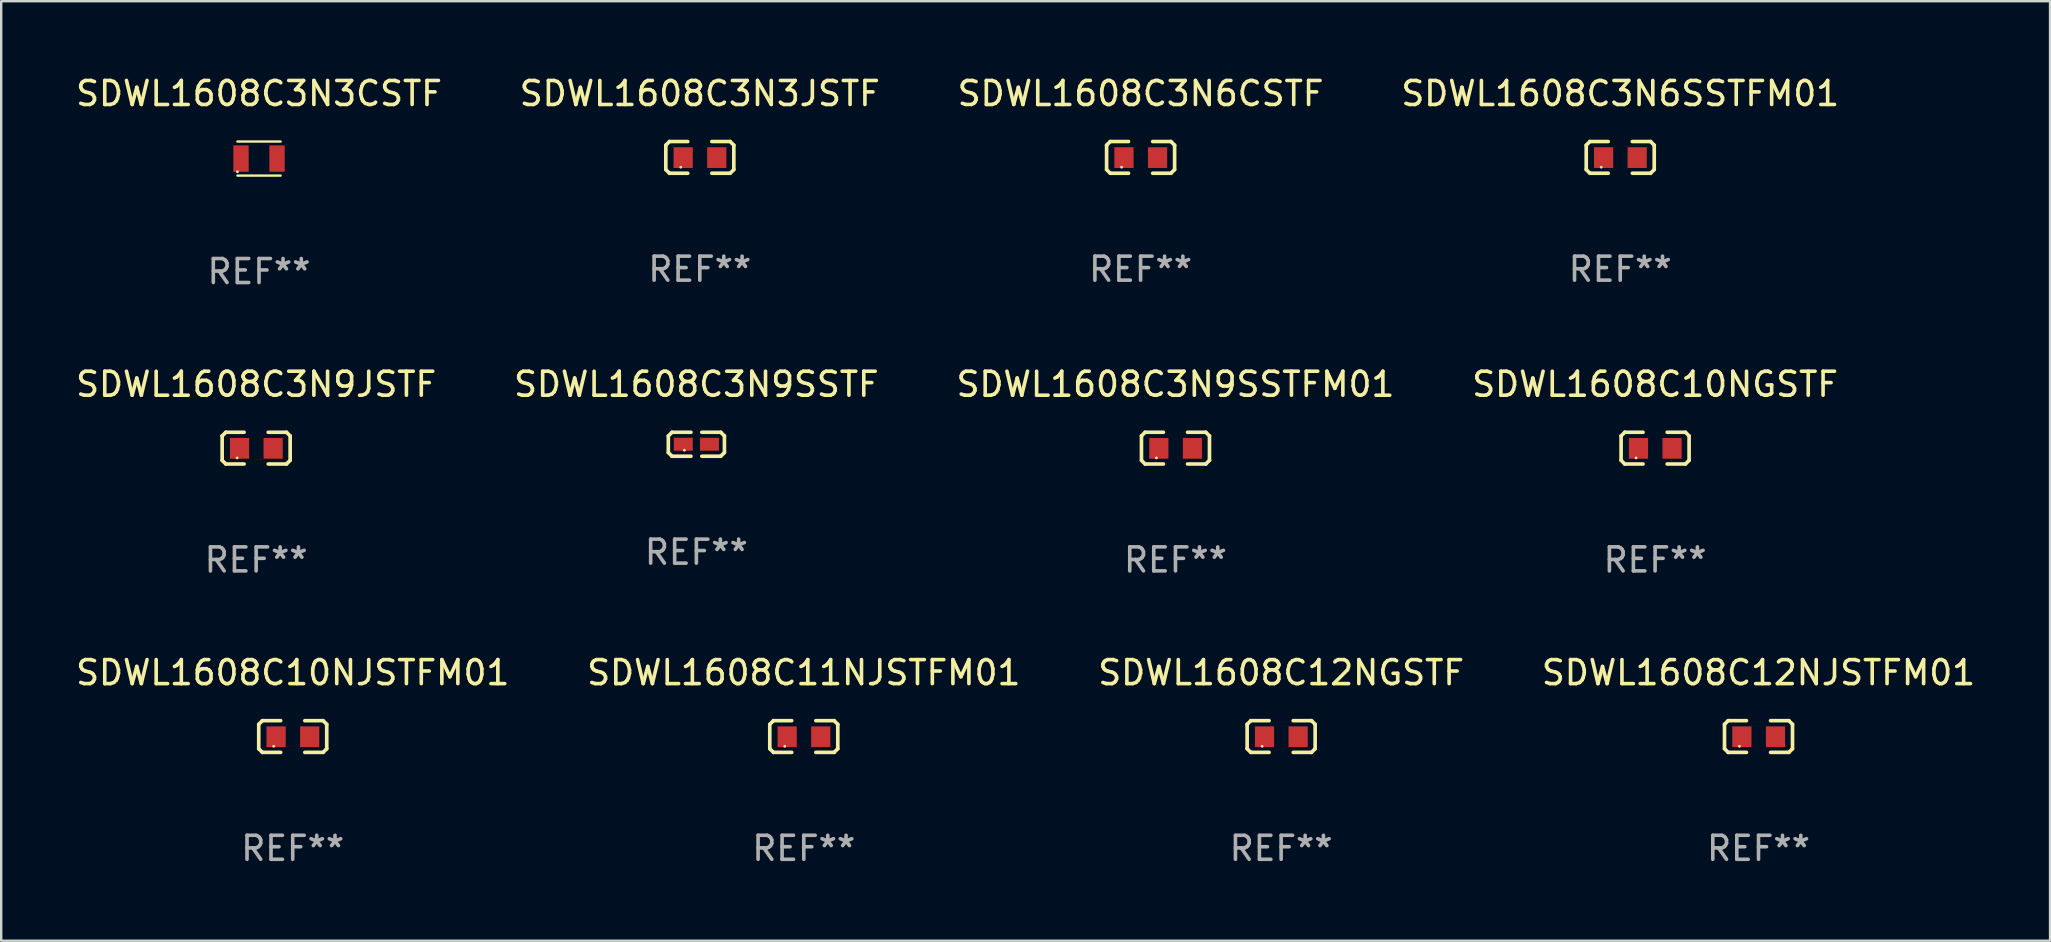
<source format=kicad_pcb>
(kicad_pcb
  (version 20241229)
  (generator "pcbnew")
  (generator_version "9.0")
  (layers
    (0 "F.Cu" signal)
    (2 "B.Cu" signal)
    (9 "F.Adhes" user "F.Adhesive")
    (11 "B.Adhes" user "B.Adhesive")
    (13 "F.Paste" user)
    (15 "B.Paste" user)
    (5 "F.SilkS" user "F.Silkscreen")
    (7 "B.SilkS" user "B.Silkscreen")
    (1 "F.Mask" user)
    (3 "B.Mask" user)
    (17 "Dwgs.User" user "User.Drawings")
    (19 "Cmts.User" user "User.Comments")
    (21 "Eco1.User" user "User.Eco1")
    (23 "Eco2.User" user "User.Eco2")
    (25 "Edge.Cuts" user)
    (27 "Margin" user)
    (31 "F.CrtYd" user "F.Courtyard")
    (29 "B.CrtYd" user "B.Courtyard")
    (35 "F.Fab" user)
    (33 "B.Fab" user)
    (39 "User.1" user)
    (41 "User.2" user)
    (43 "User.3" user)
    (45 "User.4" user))
  (footprint "SDWL1608C11NJSTFM01"
    (layer "F.Cu")
    (at 30.446 27.643)
    (property "Reference" "SDWL1608C11NJSTFM01" (at 0 -2.661 0) (layer "F.SilkS") (effects (font (size 1 1) (thickness 0.15))))
    (attr through_hole)
    (fp_line (start -1.417 -0.508) (end -1.265 -0.661) (stroke (width 0.152) (type solid)) (layer "F.SilkS"))
    (fp_line (start -1.417 0.508) (end -1.417 -0.508) (stroke (width 0.152) (type solid)) (layer "F.SilkS"))
    (fp_line (start -1.265 -0.661) (end -0.503 -0.661) (stroke (width 0.152) (type solid)) (layer "F.SilkS"))
    (fp_line (start -1.265 0.661) (end -1.417 0.508) (stroke (width 0.152) (type solid)) (layer "F.SilkS"))
    (fp_line (start -1.265 0.661) (end -0.503 0.661) (stroke (width 0.152) (type solid)) (layer "F.SilkS"))
    (fp_line (start 1.265 -0.661) (end 0.503 -0.661) (stroke (width 0.152) (type solid)) (layer "F.SilkS"))
    (fp_line (start 1.265 -0.661) (end 1.417 -0.508) (stroke (width 0.152) (type solid)) (layer "F.SilkS"))
    (fp_line (start 1.265 0.661) (end 0.503 0.661) (stroke (width 0.152) (type solid)) (layer "F.SilkS"))
    (fp_line (start 1.417 -0.508) (end 1.417 0.508) (stroke (width 0.152) (type solid)) (layer "F.SilkS"))
    (fp_line (start 1.417 0.508) (end 1.265 0.661) (stroke (width 0.152) (type solid)) (layer "F.SilkS"))
    (fp_circle (center -0.793 0.409) (end -0.763 0.409) (stroke (width 0.06) (type solid)) (fill no) (layer "F.SilkS"))
    (fp_text user "REF**" (at 0 4.661 0) (layer "F.Fab") (effects (font (size 1 1) (thickness 0.15))))
    (pad "1" smd rect (at -0.693 0.009 180) (size 0.8 0.864) (layers "F.Cu" "F.Mask" "F.Paste"))
    (pad "2" smd rect (at 0.707 0.009 180) (size 0.8 0.864) (layers "F.Cu" "F.Mask" "F.Paste")))
  (footprint "SDWL1608C10NJSTFM01"
    (layer "F.Cu")
    (at 9.149 27.643)
    (property "Reference" "SDWL1608C10NJSTFM01" (at 0 -2.661 0) (layer "F.SilkS") (effects (font (size 1 1) (thickness 0.15))))
    (attr through_hole)
    (fp_line (start -1.417 -0.508) (end -1.265 -0.661) (stroke (width 0.152) (type solid)) (layer "F.SilkS"))
    (fp_line (start -1.417 0.508) (end -1.417 -0.508) (stroke (width 0.152) (type solid)) (layer "F.SilkS"))
    (fp_line (start -1.265 -0.661) (end -0.503 -0.661) (stroke (width 0.152) (type solid)) (layer "F.SilkS"))
    (fp_line (start -1.265 0.661) (end -1.417 0.508) (stroke (width 0.152) (type solid)) (layer "F.SilkS"))
    (fp_line (start -1.265 0.661) (end -0.503 0.661) (stroke (width 0.152) (type solid)) (layer "F.SilkS"))
    (fp_line (start 1.265 -0.661) (end 0.503 -0.661) (stroke (width 0.152) (type solid)) (layer "F.SilkS"))
    (fp_line (start 1.265 -0.661) (end 1.417 -0.508) (stroke (width 0.152) (type solid)) (layer "F.SilkS"))
    (fp_line (start 1.265 0.661) (end 0.503 0.661) (stroke (width 0.152) (type solid)) (layer "F.SilkS"))
    (fp_line (start 1.417 -0.508) (end 1.417 0.508) (stroke (width 0.152) (type solid)) (layer "F.SilkS"))
    (fp_line (start 1.417 0.508) (end 1.265 0.661) (stroke (width 0.152) (type solid)) (layer "F.SilkS"))
    (fp_circle (center -0.793 0.409) (end -0.763 0.409) (stroke (width 0.06) (type solid)) (fill no) (layer "F.SilkS"))
    (fp_text user "REF**" (at 0 4.661 0) (layer "F.Fab") (effects (font (size 1 1) (thickness 0.15))))
    (pad "1" smd rect (at -0.693 0.009 180) (size 0.8 0.864) (layers "F.Cu" "F.Mask" "F.Paste"))
    (pad "2" smd rect (at 0.707 0.009 180) (size 0.8 0.864) (layers "F.Cu" "F.Mask" "F.Paste")))
  (footprint "SDWL1608C3N6SSTFM01"
    (layer "F.Cu")
    (at 64.47 3.509)
    (property "Reference" "SDWL1608C3N6SSTFM01" (at 0 -2.661 0) (layer "F.SilkS") (effects (font (size 1 1) (thickness 0.15))))
    (attr through_hole)
    (fp_line (start -1.417 -0.508) (end -1.265 -0.661) (stroke (width 0.152) (type solid)) (layer "F.SilkS"))
    (fp_line (start -1.417 0.508) (end -1.417 -0.508) (stroke (width 0.152) (type solid)) (layer "F.SilkS"))
    (fp_line (start -1.265 -0.661) (end -0.503 -0.661) (stroke (width 0.152) (type solid)) (layer "F.SilkS"))
    (fp_line (start -1.265 0.661) (end -1.417 0.508) (stroke (width 0.152) (type solid)) (layer "F.SilkS"))
    (fp_line (start -1.265 0.661) (end -0.503 0.661) (stroke (width 0.152) (type solid)) (layer "F.SilkS"))
    (fp_line (start 1.265 -0.661) (end 0.503 -0.661) (stroke (width 0.152) (type solid)) (layer "F.SilkS"))
    (fp_line (start 1.265 -0.661) (end 1.417 -0.508) (stroke (width 0.152) (type solid)) (layer "F.SilkS"))
    (fp_line (start 1.265 0.661) (end 0.503 0.661) (stroke (width 0.152) (type solid)) (layer "F.SilkS"))
    (fp_line (start 1.417 -0.508) (end 1.417 0.508) (stroke (width 0.152) (type solid)) (layer "F.SilkS"))
    (fp_line (start 1.417 0.508) (end 1.265 0.661) (stroke (width 0.152) (type solid)) (layer "F.SilkS"))
    (fp_circle (center -0.793 0.409) (end -0.763 0.409) (stroke (width 0.06) (type solid)) (fill no) (layer "F.SilkS"))
    (fp_text user "REF**" (at 0 4.661 0) (layer "F.Fab") (effects (font (size 1 1) (thickness 0.15))))
    (pad "1" smd rect (at -0.693 0.009 180) (size 0.8 0.864) (layers "F.Cu" "F.Mask" "F.Paste"))
    (pad "2" smd rect (at 0.707 0.009 180) (size 0.8 0.864) (layers "F.Cu" "F.Mask" "F.Paste")))
  (footprint "SDWL1608C3N6CSTF"
    (layer "F.Cu")
    (at 44.482 3.509)
    (property "Reference" "SDWL1608C3N6CSTF" (at 0 -2.661 0) (layer "F.SilkS") (effects (font (size 1 1) (thickness 0.15))))
    (attr through_hole)
    (fp_line (start -1.417 -0.508) (end -1.265 -0.661) (stroke (width 0.152) (type solid)) (layer "F.SilkS"))
    (fp_line (start -1.417 0.508) (end -1.417 -0.508) (stroke (width 0.152) (type solid)) (layer "F.SilkS"))
    (fp_line (start -1.265 -0.661) (end -0.503 -0.661) (stroke (width 0.152) (type solid)) (layer "F.SilkS"))
    (fp_line (start -1.265 0.661) (end -1.417 0.508) (stroke (width 0.152) (type solid)) (layer "F.SilkS"))
    (fp_line (start -1.265 0.661) (end -0.503 0.661) (stroke (width 0.152) (type solid)) (layer "F.SilkS"))
    (fp_line (start 1.265 -0.661) (end 0.503 -0.661) (stroke (width 0.152) (type solid)) (layer "F.SilkS"))
    (fp_line (start 1.265 -0.661) (end 1.417 -0.508) (stroke (width 0.152) (type solid)) (layer "F.SilkS"))
    (fp_line (start 1.265 0.661) (end 0.503 0.661) (stroke (width 0.152) (type solid)) (layer "F.SilkS"))
    (fp_line (start 1.417 -0.508) (end 1.417 0.508) (stroke (width 0.152) (type solid)) (layer "F.SilkS"))
    (fp_line (start 1.417 0.508) (end 1.265 0.661) (stroke (width 0.152) (type solid)) (layer "F.SilkS"))
    (fp_circle (center -0.793 0.409) (end -0.763 0.409) (stroke (width 0.06) (type solid)) (fill no) (layer "F.SilkS"))
    (fp_text user "REF**" (at 0 4.661 0) (layer "F.Fab") (effects (font (size 1 1) (thickness 0.15))))
    (pad "1" smd rect (at -0.693 0.009 180) (size 0.8 0.864) (layers "F.Cu" "F.Mask" "F.Paste"))
    (pad "2" smd rect (at 0.707 0.009 180) (size 0.8 0.864) (layers "F.Cu" "F.Mask" "F.Paste")))
  (footprint "SDWL1608C3N9SSTFM01"
    (layer "F.Cu")
    (at 45.935 15.625)
    (property "Reference" "SDWL1608C3N9SSTFM01" (at 0 -2.661 0) (layer "F.SilkS") (effects (font (size 1 1) (thickness 0.15))))
    (attr through_hole)
    (fp_line (start -1.417 -0.508) (end -1.265 -0.661) (stroke (width 0.152) (type solid)) (layer "F.SilkS"))
    (fp_line (start -1.417 0.508) (end -1.417 -0.508) (stroke (width 0.152) (type solid)) (layer "F.SilkS"))
    (fp_line (start -1.265 -0.661) (end -0.503 -0.661) (stroke (width 0.152) (type solid)) (layer "F.SilkS"))
    (fp_line (start -1.265 0.661) (end -1.417 0.508) (stroke (width 0.152) (type solid)) (layer "F.SilkS"))
    (fp_line (start -1.265 0.661) (end -0.503 0.661) (stroke (width 0.152) (type solid)) (layer "F.SilkS"))
    (fp_line (start 1.265 -0.661) (end 0.503 -0.661) (stroke (width 0.152) (type solid)) (layer "F.SilkS"))
    (fp_line (start 1.265 -0.661) (end 1.417 -0.508) (stroke (width 0.152) (type solid)) (layer "F.SilkS"))
    (fp_line (start 1.265 0.661) (end 0.503 0.661) (stroke (width 0.152) (type solid)) (layer "F.SilkS"))
    (fp_line (start 1.417 -0.508) (end 1.417 0.508) (stroke (width 0.152) (type solid)) (layer "F.SilkS"))
    (fp_line (start 1.417 0.508) (end 1.265 0.661) (stroke (width 0.152) (type solid)) (layer "F.SilkS"))
    (fp_circle (center -0.793 0.409) (end -0.763 0.409) (stroke (width 0.06) (type solid)) (fill no) (layer "F.SilkS"))
    (fp_text user "REF**" (at 0 4.661 0) (layer "F.Fab") (effects (font (size 1 1) (thickness 0.15))))
    (pad "1" smd rect (at -0.693 0.009 180) (size 0.8 0.864) (layers "F.Cu" "F.Mask" "F.Paste"))
    (pad "2" smd rect (at 0.707 0.009 180) (size 0.8 0.864) (layers "F.Cu" "F.Mask" "F.Paste")))
  (footprint "SDWL1608C12NGSTF"
    (layer "F.Cu")
    (at 50.339 27.643)
    (property "Reference" "SDWL1608C12NGSTF" (at 0 -2.661 0) (layer "F.SilkS") (effects (font (size 1 1) (thickness 0.15))))
    (attr through_hole)
    (fp_line (start -1.417 -0.508) (end -1.265 -0.661) (stroke (width 0.152) (type solid)) (layer "F.SilkS"))
    (fp_line (start -1.417 0.508) (end -1.417 -0.508) (stroke (width 0.152) (type solid)) (layer "F.SilkS"))
    (fp_line (start -1.265 -0.661) (end -0.503 -0.661) (stroke (width 0.152) (type solid)) (layer "F.SilkS"))
    (fp_line (start -1.265 0.661) (end -1.417 0.508) (stroke (width 0.152) (type solid)) (layer "F.SilkS"))
    (fp_line (start -1.265 0.661) (end -0.503 0.661) (stroke (width 0.152) (type solid)) (layer "F.SilkS"))
    (fp_line (start 1.265 -0.661) (end 0.503 -0.661) (stroke (width 0.152) (type solid)) (layer "F.SilkS"))
    (fp_line (start 1.265 -0.661) (end 1.417 -0.508) (stroke (width 0.152) (type solid)) (layer "F.SilkS"))
    (fp_line (start 1.265 0.661) (end 0.503 0.661) (stroke (width 0.152) (type solid)) (layer "F.SilkS"))
    (fp_line (start 1.417 -0.508) (end 1.417 0.508) (stroke (width 0.152) (type solid)) (layer "F.SilkS"))
    (fp_line (start 1.417 0.508) (end 1.265 0.661) (stroke (width 0.152) (type solid)) (layer "F.SilkS"))
    (fp_circle (center -0.793 0.409) (end -0.763 0.409) (stroke (width 0.06) (type solid)) (fill no) (layer "F.SilkS"))
    (fp_text user "REF**" (at 0 4.661 0) (layer "F.Fab") (effects (font (size 1 1) (thickness 0.15))))
    (pad "1" smd rect (at -0.693 0.009 180) (size 0.8 0.864) (layers "F.Cu" "F.Mask" "F.Paste"))
    (pad "2" smd rect (at 0.707 0.009 180) (size 0.8 0.864) (layers "F.Cu" "F.Mask" "F.Paste")))
  (footprint "SDWL1608C12NJSTFM01"
    (layer "F.Cu")
    (at 70.232 27.643)
    (property "Reference" "SDWL1608C12NJSTFM01" (at 0 -2.661 0) (layer "F.SilkS") (effects (font (size 1 1) (thickness 0.15))))
    (attr through_hole)
    (fp_line (start -1.417 -0.508) (end -1.265 -0.661) (stroke (width 0.152) (type solid)) (layer "F.SilkS"))
    (fp_line (start -1.417 0.508) (end -1.417 -0.508) (stroke (width 0.152) (type solid)) (layer "F.SilkS"))
    (fp_line (start -1.265 -0.661) (end -0.503 -0.661) (stroke (width 0.152) (type solid)) (layer "F.SilkS"))
    (fp_line (start -1.265 0.661) (end -1.417 0.508) (stroke (width 0.152) (type solid)) (layer "F.SilkS"))
    (fp_line (start -1.265 0.661) (end -0.503 0.661) (stroke (width 0.152) (type solid)) (layer "F.SilkS"))
    (fp_line (start 1.265 -0.661) (end 0.503 -0.661) (stroke (width 0.152) (type solid)) (layer "F.SilkS"))
    (fp_line (start 1.265 -0.661) (end 1.417 -0.508) (stroke (width 0.152) (type solid)) (layer "F.SilkS"))
    (fp_line (start 1.265 0.661) (end 0.503 0.661) (stroke (width 0.152) (type solid)) (layer "F.SilkS"))
    (fp_line (start 1.417 -0.508) (end 1.417 0.508) (stroke (width 0.152) (type solid)) (layer "F.SilkS"))
    (fp_line (start 1.417 0.508) (end 1.265 0.661) (stroke (width 0.152) (type solid)) (layer "F.SilkS"))
    (fp_circle (center -0.793 0.409) (end -0.763 0.409) (stroke (width 0.06) (type solid)) (fill no) (layer "F.SilkS"))
    (fp_text user "REF**" (at 0 4.661 0) (layer "F.Fab") (effects (font (size 1 1) (thickness 0.15))))
    (pad "1" smd rect (at -0.693 0.009 180) (size 0.8 0.864) (layers "F.Cu" "F.Mask" "F.Paste"))
    (pad "2" smd rect (at 0.707 0.009 180) (size 0.8 0.864) (layers "F.Cu" "F.Mask" "F.Paste")))
  (footprint "SDWL1608C10NGSTF"
    (layer "F.Cu")
    (at 65.923 15.625)
    (property "Reference" "SDWL1608C10NGSTF" (at 0 -2.661 0) (layer "F.SilkS") (effects (font (size 1 1) (thickness 0.15))))
    (attr through_hole)
    (fp_line (start -1.417 -0.508) (end -1.265 -0.661) (stroke (width 0.152) (type solid)) (layer "F.SilkS"))
    (fp_line (start -1.417 0.508) (end -1.417 -0.508) (stroke (width 0.152) (type solid)) (layer "F.SilkS"))
    (fp_line (start -1.265 -0.661) (end -0.503 -0.661) (stroke (width 0.152) (type solid)) (layer "F.SilkS"))
    (fp_line (start -1.265 0.661) (end -1.417 0.508) (stroke (width 0.152) (type solid)) (layer "F.SilkS"))
    (fp_line (start -1.265 0.661) (end -0.503 0.661) (stroke (width 0.152) (type solid)) (layer "F.SilkS"))
    (fp_line (start 1.265 -0.661) (end 0.503 -0.661) (stroke (width 0.152) (type solid)) (layer "F.SilkS"))
    (fp_line (start 1.265 -0.661) (end 1.417 -0.508) (stroke (width 0.152) (type solid)) (layer "F.SilkS"))
    (fp_line (start 1.265 0.661) (end 0.503 0.661) (stroke (width 0.152) (type solid)) (layer "F.SilkS"))
    (fp_line (start 1.417 -0.508) (end 1.417 0.508) (stroke (width 0.152) (type solid)) (layer "F.SilkS"))
    (fp_line (start 1.417 0.508) (end 1.265 0.661) (stroke (width 0.152) (type solid)) (layer "F.SilkS"))
    (fp_circle (center -0.793 0.409) (end -0.763 0.409) (stroke (width 0.06) (type solid)) (fill no) (layer "F.SilkS"))
    (fp_text user "REF**" (at 0 4.661 0) (layer "F.Fab") (effects (font (size 1 1) (thickness 0.15))))
    (pad "1" smd rect (at -0.693 0.009 180) (size 0.8 0.864) (layers "F.Cu" "F.Mask" "F.Paste"))
    (pad "2" smd rect (at 0.707 0.009 180) (size 0.8 0.864) (layers "F.Cu" "F.Mask" "F.Paste")))
  (footprint "SDWL1608C3N3CSTF"
    (layer "F.Cu")
    (at 7.744 3.558)
    (property "Reference" "SDWL1608C3N3CSTF" (at 0 -2.71 0) (layer "F.SilkS") (effects (font (size 1 1) (thickness 0.15))))
    (attr through_hole)
    (fp_line (start -0.9 -0.71) (end 0.9 -0.71) (stroke (width 0.1) (type solid)) (layer "F.SilkS"))
    (fp_line (start 0.9 0.71) (end -0.9 0.71) (stroke (width 0.1) (type solid)) (layer "F.SilkS"))
    (fp_circle (center -0.9 0.55) (end -0.87 0.55) (stroke (width 0.06) (type solid)) (fill no) (layer "F.SilkS"))
    (fp_text user "REF**" (at 0 4.71 0) (layer "F.Fab") (effects (font (size 1 1) (thickness 0.15))))
    (pad "1" smd rect (at -0.75 0) (size 0.64 1.1) (layers "F.Cu" "F.Mask" "F.Paste"))
    (pad "2" smd rect (at 0.75 0) (size 0.64 1.1) (layers "F.Cu" "F.Mask" "F.Paste")))
  (footprint "SDWL1608C3N3JSTF"
    (layer "F.Cu")
    (at 26.113 3.509)
    (property "Reference" "SDWL1608C3N3JSTF" (at 0 -2.661 0) (layer "F.SilkS") (effects (font (size 1 1) (thickness 0.15))))
    (attr through_hole)
    (fp_line (start -1.417 -0.508) (end -1.265 -0.661) (stroke (width 0.152) (type solid)) (layer "F.SilkS"))
    (fp_line (start -1.417 0.508) (end -1.417 -0.508) (stroke (width 0.152) (type solid)) (layer "F.SilkS"))
    (fp_line (start -1.265 -0.661) (end -0.503 -0.661) (stroke (width 0.152) (type solid)) (layer "F.SilkS"))
    (fp_line (start -1.265 0.661) (end -1.417 0.508) (stroke (width 0.152) (type solid)) (layer "F.SilkS"))
    (fp_line (start -1.265 0.661) (end -0.503 0.661) (stroke (width 0.152) (type solid)) (layer "F.SilkS"))
    (fp_line (start 1.265 -0.661) (end 0.503 -0.661) (stroke (width 0.152) (type solid)) (layer "F.SilkS"))
    (fp_line (start 1.265 -0.661) (end 1.417 -0.508) (stroke (width 0.152) (type solid)) (layer "F.SilkS"))
    (fp_line (start 1.265 0.661) (end 0.503 0.661) (stroke (width 0.152) (type solid)) (layer "F.SilkS"))
    (fp_line (start 1.417 -0.508) (end 1.417 0.508) (stroke (width 0.152) (type solid)) (layer "F.SilkS"))
    (fp_line (start 1.417 0.508) (end 1.265 0.661) (stroke (width 0.152) (type solid)) (layer "F.SilkS"))
    (fp_circle (center -0.793 0.409) (end -0.763 0.409) (stroke (width 0.06) (type solid)) (fill no) (layer "F.SilkS"))
    (fp_text user "REF**" (at 0 4.661 0) (layer "F.Fab") (effects (font (size 1 1) (thickness 0.15))))
    (pad "1" smd rect (at -0.693 0.009 180) (size 0.8 0.864) (layers "F.Cu" "F.Mask" "F.Paste"))
    (pad "2" smd rect (at 0.707 0.009 180) (size 0.8 0.864) (layers "F.Cu" "F.Mask" "F.Paste")))
  (footprint "SDWL1608C3N9SSTF"
    (layer "F.Cu")
    (at 25.97 15.463)
    (property "Reference" "SDWL1608C3N9SSTF" (at 0 -2.499 0) (layer "F.SilkS") (effects (font (size 1 1) (thickness 0.15))))
    (attr through_hole)
    (fp_line (start -1.169 -0.346) (end -1.016 -0.499) (stroke (width 0.152) (type solid)) (layer "F.SilkS"))
    (fp_line (start -1.169 0.346) (end -1.169 -0.346) (stroke (width 0.152) (type solid)) (layer "F.SilkS"))
    (fp_line (start -1.016 -0.499) (end -0.226 -0.499) (stroke (width 0.152) (type solid)) (layer "F.SilkS"))
    (fp_line (start -1.016 0.499) (end -1.169 0.346) (stroke (width 0.152) (type solid)) (layer "F.SilkS"))
    (fp_line (start -0.226 0.499) (end -1.016 0.499) (stroke (width 0.152) (type solid)) (layer "F.SilkS"))
    (fp_line (start 0.226 0.499) (end 1.016 0.499) (stroke (width 0.152) (type solid)) (layer "F.SilkS"))
    (fp_line (start 1.016 -0.499) (end 0.226 -0.499) (stroke (width 0.152) (type solid)) (layer "F.SilkS"))
    (fp_line (start 1.016 0.499) (end 1.169 0.346) (stroke (width 0.152) (type solid)) (layer "F.SilkS"))
    (fp_line (start 1.169 -0.346) (end 1.016 -0.499) (stroke (width 0.152) (type solid)) (layer "F.SilkS"))
    (fp_line (start 1.169 0.346) (end 1.169 -0.346) (stroke (width 0.152) (type solid)) (layer "F.SilkS"))
    (fp_circle (center -0.5 0.25) (end -0.47 0.25) (stroke (width 0.06) (type solid)) (fill no) (layer "F.SilkS"))
    (fp_text user "REF**" (at 0 4.499 0) (layer "F.Fab") (effects (font (size 1 1) (thickness 0.15))))
    (pad "1" smd rect (at -0.545 0) (size 0.79 0.54) (layers "F.Cu" "F.Mask" "F.Paste"))
    (pad "2" smd rect (at 0.545 0) (size 0.79 0.54) (layers "F.Cu" "F.Mask" "F.Paste")))
  (footprint "SDWL1608C3N9JSTF"
    (layer "F.Cu")
    (at 7.625 15.625)
    (property "Reference" "SDWL1608C3N9JSTF" (at 0 -2.661 0) (layer "F.SilkS") (effects (font (size 1 1) (thickness 0.15))))
    (attr through_hole)
    (fp_line (start -1.417 -0.508) (end -1.265 -0.661) (stroke (width 0.152) (type solid)) (layer "F.SilkS"))
    (fp_line (start -1.417 0.508) (end -1.417 -0.508) (stroke (width 0.152) (type solid)) (layer "F.SilkS"))
    (fp_line (start -1.265 -0.661) (end -0.503 -0.661) (stroke (width 0.152) (type solid)) (layer "F.SilkS"))
    (fp_line (start -1.265 0.661) (end -1.417 0.508) (stroke (width 0.152) (type solid)) (layer "F.SilkS"))
    (fp_line (start -1.265 0.661) (end -0.503 0.661) (stroke (width 0.152) (type solid)) (layer "F.SilkS"))
    (fp_line (start 1.265 -0.661) (end 0.503 -0.661) (stroke (width 0.152) (type solid)) (layer "F.SilkS"))
    (fp_line (start 1.265 -0.661) (end 1.417 -0.508) (stroke (width 0.152) (type solid)) (layer "F.SilkS"))
    (fp_line (start 1.265 0.661) (end 0.503 0.661) (stroke (width 0.152) (type solid)) (layer "F.SilkS"))
    (fp_line (start 1.417 -0.508) (end 1.417 0.508) (stroke (width 0.152) (type solid)) (layer "F.SilkS"))
    (fp_line (start 1.417 0.508) (end 1.265 0.661) (stroke (width 0.152) (type solid)) (layer "F.SilkS"))
    (fp_circle (center -0.793 0.409) (end -0.763 0.409) (stroke (width 0.06) (type solid)) (fill no) (layer "F.SilkS"))
    (fp_text user "REF**" (at 0 4.661 0) (layer "F.Fab") (effects (font (size 1 1) (thickness 0.15))))
    (pad "1" smd rect (at -0.693 0.009 180) (size 0.8 0.864) (layers "F.Cu" "F.Mask" "F.Paste"))
    (pad "2" smd rect (at 0.707 0.009 180) (size 0.8 0.864) (layers "F.Cu" "F.Mask" "F.Paste")))
  (gr_rect
    (start -3 -3)
    (end 82.381 36.152)
    (stroke (width 0.1) (type default))
    (fill no)
    (layer "Edge.Cuts")))
</source>
